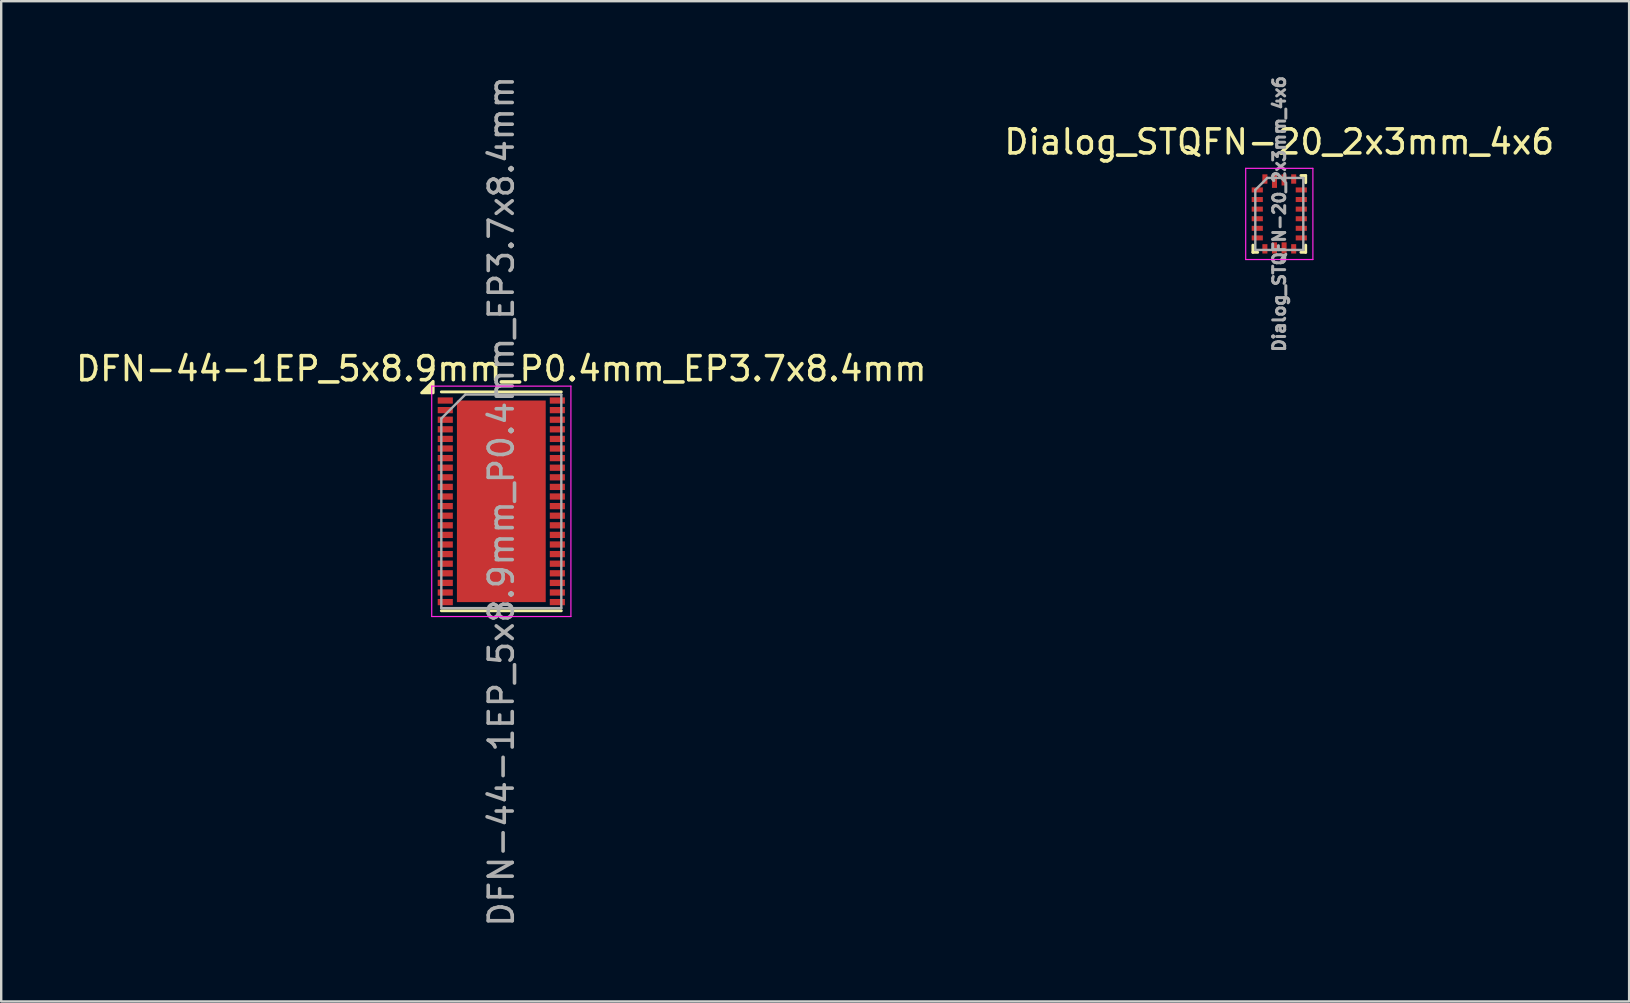
<source format=kicad_pcb>
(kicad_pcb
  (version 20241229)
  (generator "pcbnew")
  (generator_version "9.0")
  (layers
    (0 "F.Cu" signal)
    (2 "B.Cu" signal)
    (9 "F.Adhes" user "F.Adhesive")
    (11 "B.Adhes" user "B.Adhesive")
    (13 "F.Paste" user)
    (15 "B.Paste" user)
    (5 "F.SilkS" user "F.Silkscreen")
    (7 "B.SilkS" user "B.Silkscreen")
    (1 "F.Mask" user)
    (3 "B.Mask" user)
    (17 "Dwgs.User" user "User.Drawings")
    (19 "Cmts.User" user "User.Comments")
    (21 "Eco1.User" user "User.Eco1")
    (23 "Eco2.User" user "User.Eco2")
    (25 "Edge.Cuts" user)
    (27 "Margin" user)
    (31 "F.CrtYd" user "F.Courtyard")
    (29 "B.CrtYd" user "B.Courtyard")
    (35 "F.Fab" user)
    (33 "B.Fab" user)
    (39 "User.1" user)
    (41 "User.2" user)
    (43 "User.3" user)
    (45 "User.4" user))
  (footprint "DFN-44-1EP_5x8.9mm_P0.4mm_EP3.7x8.4mm"
    (layer "F.Cu")
    (at 17.839 17.839)
    (property "Reference" "DFN-44-1EP_5x8.9mm_P0.4mm_EP3.7x8.4mm" (at 0 -5.525 0) (layer "F.SilkS") (effects (font (size 1 1) (thickness 0.15))))
    (attr smd)
    (fp_line (start -2.5 -4.56) (end 2.5 -4.56) (stroke (width 0.12) (type solid)) (layer "F.SilkS"))
    (fp_line (start -2.5 4.56) (end 2.5 4.56) (stroke (width 0.12) (type solid)) (layer "F.SilkS"))
    (fp_poly (pts (xy -2.84 -4.52) (xy -3.32 -4.52) (xy -2.84 -5) (xy -2.84 -4.52)) (stroke (width 0.12) (type solid)) (fill yes) (layer "F.SilkS"))
    (fp_line (start -2.9 -4.8) (end -2.9 4.8) (stroke (width 0.05) (type solid)) (layer "F.CrtYd"))
    (fp_line (start -2.9 -4.8) (end 2.9 -4.8) (stroke (width 0.05) (type solid)) (layer "F.CrtYd"))
    (fp_line (start -2.9 4.8) (end 2.9 4.8) (stroke (width 0.05) (type solid)) (layer "F.CrtYd"))
    (fp_line (start 2.9 -4.8) (end 2.9 4.8) (stroke (width 0.05) (type solid)) (layer "F.CrtYd"))
    (fp_line (start -2.5 -3.45) (end -1.5 -4.45) (stroke (width 0.1) (type solid)) (layer "F.Fab"))
    (fp_line (start -2.5 4.45) (end -2.5 -3.45) (stroke (width 0.1) (type solid)) (layer "F.Fab"))
    (fp_line (start -1.5 -4.45) (end 2.5 -4.45) (stroke (width 0.1) (type solid)) (layer "F.Fab"))
    (fp_line (start 2.5 -4.45) (end 2.5 4.45) (stroke (width 0.1) (type solid)) (layer "F.Fab"))
    (fp_line (start 2.5 4.45) (end -2.5 4.45) (stroke (width 0.1) (type solid)) (layer "F.Fab"))
    (fp_text user "${REFERENCE}" (at 0 0 90) (layer "F.Fab") (effects (font (size 1 1) (thickness 0.15))))
    (pad "" smd rect (at -1.2 -3.5) (size 0.98 1.15) (layers "F.Paste"))
    (pad "" smd rect (at -1.2 -2.1) (size 0.98 1.15) (layers "F.Paste"))
    (pad "" smd rect (at -1.2 -0.7) (size 0.98 1.15) (layers "F.Paste"))
    (pad "" smd rect (at -1.2 0.7) (size 0.98 1.15) (layers "F.Paste"))
    (pad "" smd rect (at -1.2 2.1) (size 0.98 1.15) (layers "F.Paste"))
    (pad "" smd rect (at -1.2 3.5) (size 0.98 1.15) (layers "F.Paste"))
    (pad "" smd rect (at 0 -3.5) (size 0.98 1.15) (layers "F.Paste"))
    (pad "" smd rect (at 0 -2.1) (size 0.98 1.15) (layers "F.Paste"))
    (pad "" smd rect (at 0 -0.7) (size 0.98 1.15) (layers "F.Paste"))
    (pad "" smd rect (at 0 0.7) (size 0.98 1.15) (layers "F.Paste"))
    (pad "" smd rect (at 0 2.1) (size 0.98 1.15) (layers "F.Paste"))
    (pad "" smd rect (at 0 3.5) (size 0.98 1.15) (layers "F.Paste"))
    (pad "" smd rect (at 1.2 -3.5) (size 0.98 1.15) (layers "F.Paste"))
    (pad "" smd rect (at 1.2 -2.1) (size 0.98 1.15) (layers "F.Paste"))
    (pad "" smd rect (at 1.2 -0.7) (size 0.98 1.15) (layers "F.Paste"))
    (pad "" smd rect (at 1.2 0.7) (size 0.98 1.15) (layers "F.Paste"))
    (pad "" smd rect (at 1.2 2.1) (size 0.98 1.15) (layers "F.Paste"))
    (pad "" smd rect (at 1.2 3.5) (size 0.98 1.15) (layers "F.Paste"))
    (pad "1" smd rect (at -2.335 -4.2) (size 0.63 0.26) (layers "F.Cu" "F.Mask" "F.Paste"))
    (pad "2" smd rect (at -2.335 -3.8) (size 0.63 0.26) (layers "F.Cu" "F.Mask" "F.Paste"))
    (pad "3" smd rect (at -2.335 -3.4) (size 0.63 0.26) (layers "F.Cu" "F.Mask" "F.Paste"))
    (pad "4" smd rect (at -2.335 -3) (size 0.63 0.26) (layers "F.Cu" "F.Mask" "F.Paste"))
    (pad "5" smd rect (at -2.335 -2.6) (size 0.63 0.26) (layers "F.Cu" "F.Mask" "F.Paste"))
    (pad "6" smd rect (at -2.335 -2.2) (size 0.63 0.26) (layers "F.Cu" "F.Mask" "F.Paste"))
    (pad "7" smd rect (at -2.335 -1.8) (size 0.63 0.26) (layers "F.Cu" "F.Mask" "F.Paste"))
    (pad "8" smd rect (at -2.335 -1.4) (size 0.63 0.26) (layers "F.Cu" "F.Mask" "F.Paste"))
    (pad "9" smd rect (at -2.335 -1) (size 0.63 0.26) (layers "F.Cu" "F.Mask" "F.Paste"))
    (pad "10" smd rect (at -2.335 -0.6) (size 0.63 0.26) (layers "F.Cu" "F.Mask" "F.Paste"))
    (pad "11" smd rect (at -2.335 -0.2) (size 0.63 0.26) (layers "F.Cu" "F.Mask" "F.Paste"))
    (pad "12" smd rect (at -2.335 0.2) (size 0.63 0.26) (layers "F.Cu" "F.Mask" "F.Paste"))
    (pad "13" smd rect (at -2.335 0.6) (size 0.63 0.26) (layers "F.Cu" "F.Mask" "F.Paste"))
    (pad "14" smd rect (at -2.335 1) (size 0.63 0.26) (layers "F.Cu" "F.Mask" "F.Paste"))
    (pad "15" smd rect (at -2.335 1.4) (size 0.63 0.26) (layers "F.Cu" "F.Mask" "F.Paste"))
    (pad "16" smd rect (at -2.335 1.8) (size 0.63 0.26) (layers "F.Cu" "F.Mask" "F.Paste"))
    (pad "17" smd rect (at -2.335 2.2) (size 0.63 0.26) (layers "F.Cu" "F.Mask" "F.Paste"))
    (pad "18" smd rect (at -2.335 2.6) (size 0.63 0.26) (layers "F.Cu" "F.Mask" "F.Paste"))
    (pad "19" smd rect (at -2.335 3) (size 0.63 0.26) (layers "F.Cu" "F.Mask" "F.Paste"))
    (pad "20" smd rect (at -2.335 3.4) (size 0.63 0.26) (layers "F.Cu" "F.Mask" "F.Paste"))
    (pad "21" smd rect (at -2.335 3.8) (size 0.63 0.26) (layers "F.Cu" "F.Mask" "F.Paste"))
    (pad "22" smd rect (at -2.335 4.2) (size 0.63 0.26) (layers "F.Cu" "F.Mask" "F.Paste"))
    (pad "23" smd rect (at 2.335 4.2) (size 0.63 0.26) (layers "F.Cu" "F.Mask" "F.Paste"))
    (pad "24" smd rect (at 2.335 3.8) (size 0.63 0.26) (layers "F.Cu" "F.Mask" "F.Paste"))
    (pad "25" smd rect (at 2.335 3.4) (size 0.63 0.26) (layers "F.Cu" "F.Mask" "F.Paste"))
    (pad "26" smd rect (at 2.335 3) (size 0.63 0.26) (layers "F.Cu" "F.Mask" "F.Paste"))
    (pad "27" smd rect (at 2.335 2.6) (size 0.63 0.26) (layers "F.Cu" "F.Mask" "F.Paste"))
    (pad "28" smd rect (at 2.335 2.2) (size 0.63 0.26) (layers "F.Cu" "F.Mask" "F.Paste"))
    (pad "29" smd rect (at 2.335 1.8) (size 0.63 0.26) (layers "F.Cu" "F.Mask" "F.Paste"))
    (pad "30" smd rect (at 2.335 1.4) (size 0.63 0.26) (layers "F.Cu" "F.Mask" "F.Paste"))
    (pad "31" smd rect (at 2.335 1) (size 0.63 0.26) (layers "F.Cu" "F.Mask" "F.Paste"))
    (pad "32" smd rect (at 2.335 0.6) (size 0.63 0.26) (layers "F.Cu" "F.Mask" "F.Paste"))
    (pad "33" smd rect (at 2.335 0.2) (size 0.63 0.26) (layers "F.Cu" "F.Mask" "F.Paste"))
    (pad "34" smd rect (at 2.335 -0.2) (size 0.63 0.26) (layers "F.Cu" "F.Mask" "F.Paste"))
    (pad "35" smd rect (at 2.335 -0.6) (size 0.63 0.26) (layers "F.Cu" "F.Mask" "F.Paste"))
    (pad "36" smd rect (at 2.335 -1) (size 0.63 0.26) (layers "F.Cu" "F.Mask" "F.Paste"))
    (pad "37" smd rect (at 2.335 -1.4) (size 0.63 0.26) (layers "F.Cu" "F.Mask" "F.Paste"))
    (pad "38" smd rect (at 2.335 -1.8) (size 0.63 0.26) (layers "F.Cu" "F.Mask" "F.Paste"))
    (pad "39" smd rect (at 2.335 -2.2) (size 0.63 0.26) (layers "F.Cu" "F.Mask" "F.Paste"))
    (pad "40" smd rect (at 2.335 -2.6) (size 0.63 0.26) (layers "F.Cu" "F.Mask" "F.Paste"))
    (pad "41" smd rect (at 2.335 -3) (size 0.63 0.26) (layers "F.Cu" "F.Mask" "F.Paste"))
    (pad "42" smd rect (at 2.335 -3.4) (size 0.63 0.26) (layers "F.Cu" "F.Mask" "F.Paste"))
    (pad "43" smd rect (at 2.335 -3.8) (size 0.63 0.26) (layers "F.Cu" "F.Mask" "F.Paste"))
    (pad "44" smd rect (at 2.335 -4.2) (size 0.63 0.26) (layers "F.Cu" "F.Mask" "F.Paste"))
    (pad "45" smd rect (at 0 0) (size 3.7 8.4) (layers "F.Cu" "F.Mask")))
  (footprint "Dialog_STQFN-20_2x3mm_4x6"
    (layer "F.Cu")
    (at 50.256 5.864)
    (property "Reference" "Dialog_STQFN-20_2x3mm_4x6" (at 0 -3 0) (layer "F.SilkS") (effects (font (size 1 1) (thickness 0.15))))
    (attr smd)
    (fp_line (start -1.1 1.6) (end -1.1 1.3) (stroke (width 0.12) (type solid)) (layer "F.SilkS"))
    (fp_line (start -0.9 1.6) (end -1.1 1.6) (stroke (width 0.12) (type solid)) (layer "F.SilkS"))
    (fp_line (start 0.9 -1.6) (end 1.1 -1.6) (stroke (width 0.12) (type solid)) (layer "F.SilkS"))
    (fp_line (start 1.1 -1.6) (end 1.1 -1.3) (stroke (width 0.12) (type solid)) (layer "F.SilkS"))
    (fp_line (start 1.1 1.3) (end 1.1 1.6) (stroke (width 0.12) (type solid)) (layer "F.SilkS"))
    (fp_line (start 1.1 1.6) (end 0.9 1.6) (stroke (width 0.12) (type solid)) (layer "F.SilkS"))
    (fp_line (start -1.4 -1.9) (end 1.4 -1.9) (stroke (width 0.05) (type solid)) (layer "F.CrtYd"))
    (fp_line (start -1.4 1.9) (end -1.4 -1.9) (stroke (width 0.05) (type solid)) (layer "F.CrtYd"))
    (fp_line (start 1.4 -1.9) (end 1.4 1.9) (stroke (width 0.05) (type solid)) (layer "F.CrtYd"))
    (fp_line (start 1.4 1.9) (end -1.4 1.9) (stroke (width 0.05) (type solid)) (layer "F.CrtYd"))
    (fp_line (start -1 -1) (end -1 1.5) (stroke (width 0.1) (type solid)) (layer "F.Fab"))
    (fp_line (start -1 1.5) (end 1 1.5) (stroke (width 0.1) (type solid)) (layer "F.Fab"))
    (fp_line (start -0.5 -1.5) (end -1 -1) (stroke (width 0.1) (type solid)) (layer "F.Fab"))
    (fp_line (start 1 -1.5) (end -0.5 -1.5) (stroke (width 0.1) (type solid)) (layer "F.Fab"))
    (fp_line (start 1 1.5) (end 1 -1.5) (stroke (width 0.1) (type solid)) (layer "F.Fab"))
    (fp_text user "${REFERENCE}" (at 0 0 90) (layer "F.Fab") (effects (font (size 0.5 0.5) (thickness 0.125))))
    (pad "1" smd rect (at -0.917 -1) (size 0.465 0.21) (layers "F.Cu" "F.Mask" "F.Paste"))
    (pad "2" smd rect (at -0.917 -0.6) (size 0.465 0.21) (layers "F.Cu" "F.Mask" "F.Paste"))
    (pad "3" smd rect (at -0.917 -0.2) (size 0.465 0.21) (layers "F.Cu" "F.Mask" "F.Paste"))
    (pad "4" smd rect (at -0.917 0.2) (size 0.465 0.21) (layers "F.Cu" "F.Mask" "F.Paste"))
    (pad "5" smd rect (at -0.917 0.6) (size 0.465 0.21) (layers "F.Cu" "F.Mask" "F.Paste"))
    (pad "6" smd rect (at -0.917 1) (size 0.465 0.21) (layers "F.Cu" "F.Mask" "F.Paste"))
    (pad "7" smd rect (at -0.6 1.455) (size 0.21 0.39) (layers "F.Cu" "F.Mask" "F.Paste"))
    (pad "8" smd rect (at -0.2 1.417) (size 0.21 0.465) (layers "F.Cu" "F.Mask" "F.Paste"))
    (pad "9" smd rect (at 0.2 1.417) (size 0.21 0.465) (layers "F.Cu" "F.Mask" "F.Paste"))
    (pad "10" smd rect (at 0.6 1.455) (size 0.21 0.39) (layers "F.Cu" "F.Mask" "F.Paste"))
    (pad "11" smd rect (at 0.917 1) (size 0.465 0.21) (layers "F.Cu" "F.Mask" "F.Paste"))
    (pad "12" smd rect (at 0.917 0.6) (size 0.465 0.21) (layers "F.Cu" "F.Mask" "F.Paste"))
    (pad "13" smd rect (at 0.917 0.2) (size 0.465 0.21) (layers "F.Cu" "F.Mask" "F.Paste"))
    (pad "14" smd rect (at 0.917 -0.2) (size 0.465 0.21) (layers "F.Cu" "F.Mask" "F.Paste"))
    (pad "15" smd rect (at 0.917 -0.6) (size 0.465 0.21) (layers "F.Cu" "F.Mask" "F.Paste"))
    (pad "16" smd rect (at 0.917 -1) (size 0.465 0.21) (layers "F.Cu" "F.Mask" "F.Paste"))
    (pad "17" smd rect (at 0.6 -1.455) (size 0.21 0.39) (layers "F.Cu" "F.Mask" "F.Paste"))
    (pad "18" smd rect (at 0.2 -1.417) (size 0.21 0.465) (layers "F.Cu" "F.Mask" "F.Paste"))
    (pad "19" smd rect (at -0.2 -1.367) (size 0.21 0.565) (layers "F.Cu" "F.Mask" "F.Paste"))
    (pad "20" smd rect (at -0.6 -1.455) (size 0.21 0.39) (layers "F.Cu" "F.Mask" "F.Paste")))
  (gr_rect
    (start -3 -3)
    (end 64.833 38.679)
    (stroke (width 0.1) (type default))
    (fill no)
    (layer "Edge.Cuts")))
</source>
